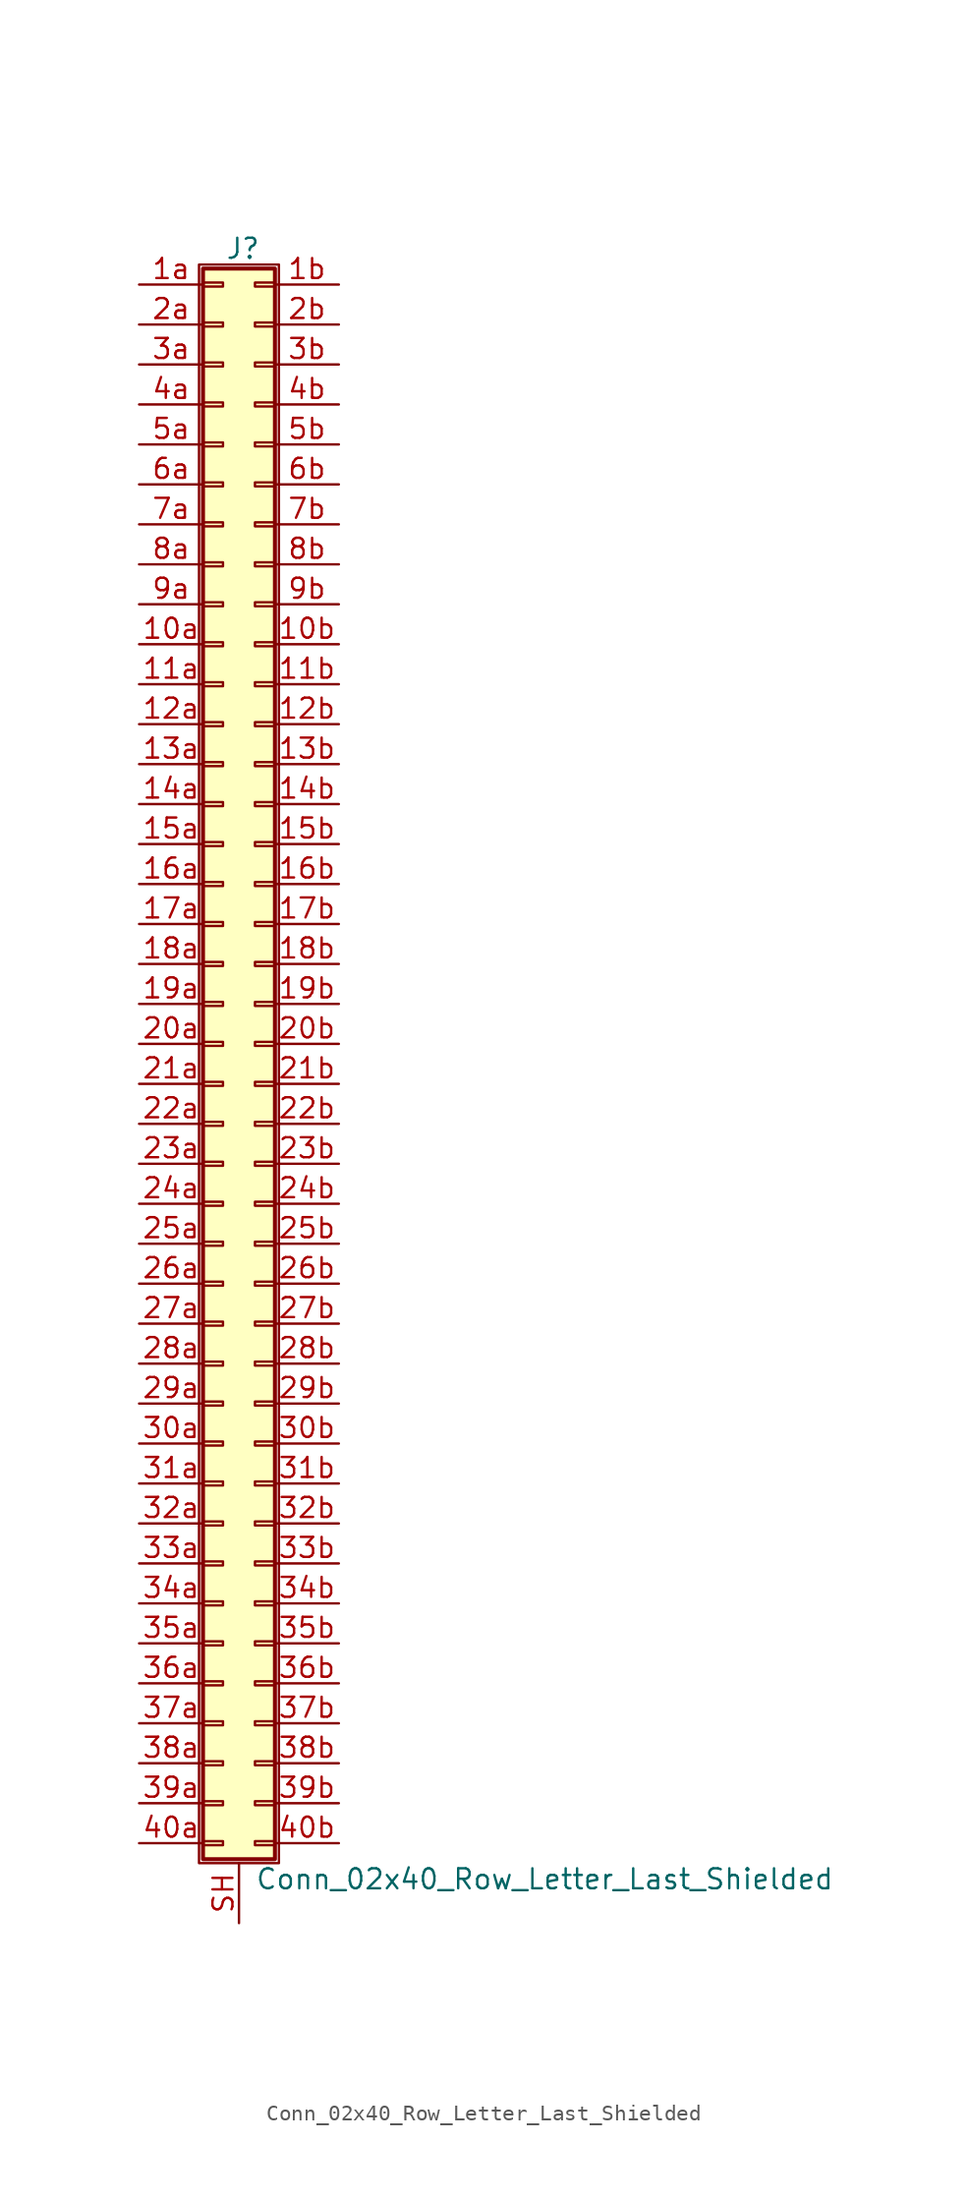
<source format=kicad_sym>
(kicad_symbol_lib
  (version 20201005)
  (generator kicad_symbol_editor)
  (symbol "Conn_02x40_Row_Letter_Last_Shielded"
    (pin_names
      (offset 1.016) hide)
    (property "Reference" "J"
      (at 1.524 50.546 0)
      (effects (font (size 1.27 1.27))))
    (property "Value" "Conn_02x40_Row_Letter_Last_Shielded"
      (at 2.286 -53.086 0)
      (effects (font (size 1.27 1.27)) (justify left)))
    (symbol "Conn_02x40_Row_Letter_Last_Shielded_1_1"
      (rectangle (start -1.27 49.53) (end 3.81 -52.07) (stroke (width 0.152)) (fill (type none)))
      (rectangle (start -1.016 -50.673) (end 0.254 -50.927) (stroke (width 0.152)) (fill (type none)))
      (rectangle (start -1.016 -48.133) (end 0.254 -48.387) (stroke (width 0.152)) (fill (type none)))
      (rectangle (start -1.016 -45.593) (end 0.254 -45.847) (stroke (width 0.152)) (fill (type none)))
      (rectangle (start -1.016 -43.053) (end 0.254 -43.307) (stroke (width 0.152)) (fill (type none)))
      (rectangle (start -1.016 -40.513) (end 0.254 -40.767) (stroke (width 0.152)) (fill (type none)))
      (rectangle (start -1.016 -37.973) (end 0.254 -38.227) (stroke (width 0.152)) (fill (type none)))
      (rectangle (start -1.016 -35.433) (end 0.254 -35.687) (stroke (width 0.152)) (fill (type none)))
      (rectangle (start -1.016 -32.893) (end 0.254 -33.147) (stroke (width 0.152)) (fill (type none)))
      (rectangle (start -1.016 -30.353) (end 0.254 -30.607) (stroke (width 0.152)) (fill (type none)))
      (rectangle (start -1.016 -27.813) (end 0.254 -28.067) (stroke (width 0.152)) (fill (type none)))
      (rectangle (start -1.016 -25.273) (end 0.254 -25.527) (stroke (width 0.152)) (fill (type none)))
      (rectangle (start -1.016 -22.733) (end 0.254 -22.987) (stroke (width 0.152)) (fill (type none)))
      (rectangle (start -1.016 -20.193) (end 0.254 -20.447) (stroke (width 0.152)) (fill (type none)))
      (rectangle (start -1.016 -17.653) (end 0.254 -17.907) (stroke (width 0.152)) (fill (type none)))
      (rectangle (start -1.016 -15.113) (end 0.254 -15.367) (stroke (width 0.152)) (fill (type none)))
      (rectangle (start -1.016 -12.573) (end 0.254 -12.827) (stroke (width 0.152)) (fill (type none)))
      (rectangle (start -1.016 -10.033) (end 0.254 -10.287) (stroke (width 0.152)) (fill (type none)))
      (rectangle (start -1.016 -7.493) (end 0.254 -7.747) (stroke (width 0.152)) (fill (type none)))
      (rectangle (start -1.016 -4.953) (end 0.254 -5.207) (stroke (width 0.152)) (fill (type none)))
      (rectangle (start -1.016 -2.413) (end 0.254 -2.667) (stroke (width 0.152)) (fill (type none)))
      (rectangle (start -1.016 0.127) (end 0.254 -0.127) (stroke (width 0.152)) (fill (type none)))
      (rectangle (start -1.016 2.667) (end 0.254 2.413) (stroke (width 0.152)) (fill (type none)))
      (rectangle (start -1.016 5.207) (end 0.254 4.953) (stroke (width 0.152)) (fill (type none)))
      (rectangle (start -1.016 7.747) (end 0.254 7.493) (stroke (width 0.152)) (fill (type none)))
      (rectangle (start -1.016 10.287) (end 0.254 10.033) (stroke (width 0.152)) (fill (type none)))
      (rectangle (start -1.016 12.827) (end 0.254 12.573) (stroke (width 0.152)) (fill (type none)))
      (rectangle (start -1.016 15.367) (end 0.254 15.113) (stroke (width 0.152)) (fill (type none)))
      (rectangle (start -1.016 17.907) (end 0.254 17.653) (stroke (width 0.152)) (fill (type none)))
      (rectangle (start -1.016 20.447) (end 0.254 20.193) (stroke (width 0.152)) (fill (type none)))
      (rectangle (start -1.016 22.987) (end 0.254 22.733) (stroke (width 0.152)) (fill (type none)))
      (rectangle (start -1.016 25.527) (end 0.254 25.273) (stroke (width 0.152)) (fill (type none)))
      (rectangle (start -1.016 28.067) (end 0.254 27.813) (stroke (width 0.152)) (fill (type none)))
      (rectangle (start -1.016 30.607) (end 0.254 30.353) (stroke (width 0.152)) (fill (type none)))
      (rectangle (start -1.016 33.147) (end 0.254 32.893) (stroke (width 0.152)) (fill (type none)))
      (rectangle (start -1.016 35.687) (end 0.254 35.433) (stroke (width 0.152)) (fill (type none)))
      (rectangle (start -1.016 38.227) (end 0.254 37.973) (stroke (width 0.152)) (fill (type none)))
      (rectangle (start -1.016 40.767) (end 0.254 40.513) (stroke (width 0.152)) (fill (type none)))
      (rectangle (start -1.016 43.307) (end 0.254 43.053) (stroke (width 0.152)) (fill (type none)))
      (rectangle (start -1.016 45.847) (end 0.254 45.593) (stroke (width 0.152)) (fill (type none)))
      (rectangle (start -1.016 48.387) (end 0.254 48.133) (stroke (width 0.152)) (fill (type none)))
      (rectangle (start -1.016 49.276) (end 3.556 -51.816) (stroke (width 0.254)) (fill (type background)))
      (rectangle (start 3.556 -50.673) (end 2.286 -50.927) (stroke (width 0.152)) (fill (type none)))
      (rectangle (start 3.556 -48.133) (end 2.286 -48.387) (stroke (width 0.152)) (fill (type none)))
      (rectangle (start 3.556 -45.593) (end 2.286 -45.847) (stroke (width 0.152)) (fill (type none)))
      (rectangle (start 3.556 -43.053) (end 2.286 -43.307) (stroke (width 0.152)) (fill (type none)))
      (rectangle (start 3.556 -40.513) (end 2.286 -40.767) (stroke (width 0.152)) (fill (type none)))
      (rectangle (start 3.556 -37.973) (end 2.286 -38.227) (stroke (width 0.152)) (fill (type none)))
      (rectangle (start 3.556 -35.433) (end 2.286 -35.687) (stroke (width 0.152)) (fill (type none)))
      (rectangle (start 3.556 -32.893) (end 2.286 -33.147) (stroke (width 0.152)) (fill (type none)))
      (rectangle (start 3.556 -30.353) (end 2.286 -30.607) (stroke (width 0.152)) (fill (type none)))
      (rectangle (start 3.556 -27.813) (end 2.286 -28.067) (stroke (width 0.152)) (fill (type none)))
      (rectangle (start 3.556 -25.273) (end 2.286 -25.527) (stroke (width 0.152)) (fill (type none)))
      (rectangle (start 3.556 -22.733) (end 2.286 -22.987) (stroke (width 0.152)) (fill (type none)))
      (rectangle (start 3.556 -20.193) (end 2.286 -20.447) (stroke (width 0.152)) (fill (type none)))
      (rectangle (start 3.556 -17.653) (end 2.286 -17.907) (stroke (width 0.152)) (fill (type none)))
      (rectangle (start 3.556 -15.113) (end 2.286 -15.367) (stroke (width 0.152)) (fill (type none)))
      (rectangle (start 3.556 -12.573) (end 2.286 -12.827) (stroke (width 0.152)) (fill (type none)))
      (rectangle (start 3.556 -10.033) (end 2.286 -10.287) (stroke (width 0.152)) (fill (type none)))
      (rectangle (start 3.556 -7.493) (end 2.286 -7.747) (stroke (width 0.152)) (fill (type none)))
      (rectangle (start 3.556 -4.953) (end 2.286 -5.207) (stroke (width 0.152)) (fill (type none)))
      (rectangle (start 3.556 -2.413) (end 2.286 -2.667) (stroke (width 0.152)) (fill (type none)))
      (rectangle (start 3.556 0.127) (end 2.286 -0.127) (stroke (width 0.152)) (fill (type none)))
      (rectangle (start 3.556 2.667) (end 2.286 2.413) (stroke (width 0.152)) (fill (type none)))
      (rectangle (start 3.556 5.207) (end 2.286 4.953) (stroke (width 0.152)) (fill (type none)))
      (rectangle (start 3.556 7.747) (end 2.286 7.493) (stroke (width 0.152)) (fill (type none)))
      (rectangle (start 3.556 10.287) (end 2.286 10.033) (stroke (width 0.152)) (fill (type none)))
      (rectangle (start 3.556 12.827) (end 2.286 12.573) (stroke (width 0.152)) (fill (type none)))
      (rectangle (start 3.556 15.367) (end 2.286 15.113) (stroke (width 0.152)) (fill (type none)))
      (rectangle (start 3.556 17.907) (end 2.286 17.653) (stroke (width 0.152)) (fill (type none)))
      (rectangle (start 3.556 20.447) (end 2.286 20.193) (stroke (width 0.152)) (fill (type none)))
      (rectangle (start 3.556 22.987) (end 2.286 22.733) (stroke (width 0.152)) (fill (type none)))
      (rectangle (start 3.556 25.527) (end 2.286 25.273) (stroke (width 0.152)) (fill (type none)))
      (rectangle (start 3.556 28.067) (end 2.286 27.813) (stroke (width 0.152)) (fill (type none)))
      (rectangle (start 3.556 30.607) (end 2.286 30.353) (stroke (width 0.152)) (fill (type none)))
      (rectangle (start 3.556 33.147) (end 2.286 32.893) (stroke (width 0.152)) (fill (type none)))
      (rectangle (start 3.556 35.687) (end 2.286 35.433) (stroke (width 0.152)) (fill (type none)))
      (rectangle (start 3.556 38.227) (end 2.286 37.973) (stroke (width 0.152)) (fill (type none)))
      (rectangle (start 3.556 40.767) (end 2.286 40.513) (stroke (width 0.152)) (fill (type none)))
      (rectangle (start 3.556 43.307) (end 2.286 43.053) (stroke (width 0.152)) (fill (type none)))
      (rectangle (start 3.556 45.847) (end 2.286 45.593) (stroke (width 0.152)) (fill (type none)))
      (rectangle (start 3.556 48.387) (end 2.286 48.133) (stroke (width 0.152)) (fill (type none)))
      (pin passive line (at -5.08 25.4 0) (length 4.064) (name "Pin_10a" (effects (font (size 1.27 1.27)))) (number "10a" (effects (font (size 1.27 1.27)))))
      (pin passive line (at 7.62 25.4 180) (length 4.064) (name "Pin_10b" (effects (font (size 1.27 1.27)))) (number "10b" (effects (font (size 1.27 1.27)))))
      (pin passive line (at -5.08 22.86 0) (length 4.064) (name "Pin_11a" (effects (font (size 1.27 1.27)))) (number "11a" (effects (font (size 1.27 1.27)))))
      (pin passive line (at 7.62 22.86 180) (length 4.064) (name "Pin_11b" (effects (font (size 1.27 1.27)))) (number "11b" (effects (font (size 1.27 1.27)))))
      (pin passive line (at -5.08 20.32 0) (length 4.064) (name "Pin_12a" (effects (font (size 1.27 1.27)))) (number "12a" (effects (font (size 1.27 1.27)))))
      (pin passive line (at 7.62 20.32 180) (length 4.064) (name "Pin_12b" (effects (font (size 1.27 1.27)))) (number "12b" (effects (font (size 1.27 1.27)))))
      (pin passive line (at -5.08 17.78 0) (length 4.064) (name "Pin_13a" (effects (font (size 1.27 1.27)))) (number "13a" (effects (font (size 1.27 1.27)))))
      (pin passive line (at 7.62 17.78 180) (length 4.064) (name "Pin_13b" (effects (font (size 1.27 1.27)))) (number "13b" (effects (font (size 1.27 1.27)))))
      (pin passive line (at -5.08 15.24 0) (length 4.064) (name "Pin_14a" (effects (font (size 1.27 1.27)))) (number "14a" (effects (font (size 1.27 1.27)))))
      (pin passive line (at 7.62 15.24 180) (length 4.064) (name "Pin_14b" (effects (font (size 1.27 1.27)))) (number "14b" (effects (font (size 1.27 1.27)))))
      (pin passive line (at -5.08 12.7 0) (length 4.064) (name "Pin_15a" (effects (font (size 1.27 1.27)))) (number "15a" (effects (font (size 1.27 1.27)))))
      (pin passive line (at 7.62 12.7 180) (length 4.064) (name "Pin_15b" (effects (font (size 1.27 1.27)))) (number "15b" (effects (font (size 1.27 1.27)))))
      (pin passive line (at -5.08 10.16 0) (length 4.064) (name "Pin_16a" (effects (font (size 1.27 1.27)))) (number "16a" (effects (font (size 1.27 1.27)))))
      (pin passive line (at 7.62 10.16 180) (length 4.064) (name "Pin_16b" (effects (font (size 1.27 1.27)))) (number "16b" (effects (font (size 1.27 1.27)))))
      (pin passive line (at -5.08 7.62 0) (length 4.064) (name "Pin_17a" (effects (font (size 1.27 1.27)))) (number "17a" (effects (font (size 1.27 1.27)))))
      (pin passive line (at 7.62 7.62 180) (length 4.064) (name "Pin_17b" (effects (font (size 1.27 1.27)))) (number "17b" (effects (font (size 1.27 1.27)))))
      (pin passive line (at -5.08 5.08 0) (length 4.064) (name "Pin_18a" (effects (font (size 1.27 1.27)))) (number "18a" (effects (font (size 1.27 1.27)))))
      (pin passive line (at 7.62 5.08 180) (length 4.064) (name "Pin_18b" (effects (font (size 1.27 1.27)))) (number "18b" (effects (font (size 1.27 1.27)))))
      (pin passive line (at -5.08 2.54 0) (length 4.064) (name "Pin_19a" (effects (font (size 1.27 1.27)))) (number "19a" (effects (font (size 1.27 1.27)))))
      (pin passive line (at 7.62 2.54 180) (length 4.064) (name "Pin_19b" (effects (font (size 1.27 1.27)))) (number "19b" (effects (font (size 1.27 1.27)))))
      (pin passive line (at -5.08 48.26 0) (length 4.064) (name "Pin_1a" (effects (font (size 1.27 1.27)))) (number "1a" (effects (font (size 1.27 1.27)))))
      (pin passive line (at 7.62 48.26 180) (length 4.064) (name "Pin_1b" (effects (font (size 1.27 1.27)))) (number "1b" (effects (font (size 1.27 1.27)))))
      (pin passive line (at -5.08 0 0) (length 4.064) (name "Pin_20a" (effects (font (size 1.27 1.27)))) (number "20a" (effects (font (size 1.27 1.27)))))
      (pin passive line (at 7.62 0 180) (length 4.064) (name "Pin_20b" (effects (font (size 1.27 1.27)))) (number "20b" (effects (font (size 1.27 1.27)))))
      (pin passive line (at -5.08 -2.54 0) (length 4.064) (name "Pin_21a" (effects (font (size 1.27 1.27)))) (number "21a" (effects (font (size 1.27 1.27)))))
      (pin passive line (at 7.62 -2.54 180) (length 4.064) (name "Pin_21b" (effects (font (size 1.27 1.27)))) (number "21b" (effects (font (size 1.27 1.27)))))
      (pin passive line (at -5.08 -5.08 0) (length 4.064) (name "Pin_22a" (effects (font (size 1.27 1.27)))) (number "22a" (effects (font (size 1.27 1.27)))))
      (pin passive line (at 7.62 -5.08 180) (length 4.064) (name "Pin_22b" (effects (font (size 1.27 1.27)))) (number "22b" (effects (font (size 1.27 1.27)))))
      (pin passive line (at -5.08 -7.62 0) (length 4.064) (name "Pin_23a" (effects (font (size 1.27 1.27)))) (number "23a" (effects (font (size 1.27 1.27)))))
      (pin passive line (at 7.62 -7.62 180) (length 4.064) (name "Pin_23b" (effects (font (size 1.27 1.27)))) (number "23b" (effects (font (size 1.27 1.27)))))
      (pin passive line (at -5.08 -10.16 0) (length 4.064) (name "Pin_24a" (effects (font (size 1.27 1.27)))) (number "24a" (effects (font (size 1.27 1.27)))))
      (pin passive line (at 7.62 -10.16 180) (length 4.064) (name "Pin_24b" (effects (font (size 1.27 1.27)))) (number "24b" (effects (font (size 1.27 1.27)))))
      (pin passive line (at -5.08 -12.7 0) (length 4.064) (name "Pin_25a" (effects (font (size 1.27 1.27)))) (number "25a" (effects (font (size 1.27 1.27)))))
      (pin passive line (at 7.62 -12.7 180) (length 4.064) (name "Pin_25b" (effects (font (size 1.27 1.27)))) (number "25b" (effects (font (size 1.27 1.27)))))
      (pin passive line (at -5.08 -15.24 0) (length 4.064) (name "Pin_26a" (effects (font (size 1.27 1.27)))) (number "26a" (effects (font (size 1.27 1.27)))))
      (pin passive line (at 7.62 -15.24 180) (length 4.064) (name "Pin_26b" (effects (font (size 1.27 1.27)))) (number "26b" (effects (font (size 1.27 1.27)))))
      (pin passive line (at -5.08 -17.78 0) (length 4.064) (name "Pin_27a" (effects (font (size 1.27 1.27)))) (number "27a" (effects (font (size 1.27 1.27)))))
      (pin passive line (at 7.62 -17.78 180) (length 4.064) (name "Pin_27b" (effects (font (size 1.27 1.27)))) (number "27b" (effects (font (size 1.27 1.27)))))
      (pin passive line (at -5.08 -20.32 0) (length 4.064) (name "Pin_28a" (effects (font (size 1.27 1.27)))) (number "28a" (effects (font (size 1.27 1.27)))))
      (pin passive line (at 7.62 -20.32 180) (length 4.064) (name "Pin_28b" (effects (font (size 1.27 1.27)))) (number "28b" (effects (font (size 1.27 1.27)))))
      (pin passive line (at -5.08 -22.86 0) (length 4.064) (name "Pin_29a" (effects (font (size 1.27 1.27)))) (number "29a" (effects (font (size 1.27 1.27)))))
      (pin passive line (at 7.62 -22.86 180) (length 4.064) (name "Pin_29b" (effects (font (size 1.27 1.27)))) (number "29b" (effects (font (size 1.27 1.27)))))
      (pin passive line (at -5.08 45.72 0) (length 4.064) (name "Pin_2a" (effects (font (size 1.27 1.27)))) (number "2a" (effects (font (size 1.27 1.27)))))
      (pin passive line (at 7.62 45.72 180) (length 4.064) (name "Pin_2b" (effects (font (size 1.27 1.27)))) (number "2b" (effects (font (size 1.27 1.27)))))
      (pin passive line (at -5.08 -25.4 0) (length 4.064) (name "Pin_30a" (effects (font (size 1.27 1.27)))) (number "30a" (effects (font (size 1.27 1.27)))))
      (pin passive line (at 7.62 -25.4 180) (length 4.064) (name "Pin_30b" (effects (font (size 1.27 1.27)))) (number "30b" (effects (font (size 1.27 1.27)))))
      (pin passive line (at -5.08 -27.94 0) (length 4.064) (name "Pin_31a" (effects (font (size 1.27 1.27)))) (number "31a" (effects (font (size 1.27 1.27)))))
      (pin passive line (at 7.62 -27.94 180) (length 4.064) (name "Pin_31b" (effects (font (size 1.27 1.27)))) (number "31b" (effects (font (size 1.27 1.27)))))
      (pin passive line (at -5.08 -30.48 0) (length 4.064) (name "Pin_32a" (effects (font (size 1.27 1.27)))) (number "32a" (effects (font (size 1.27 1.27)))))
      (pin passive line (at 7.62 -30.48 180) (length 4.064) (name "Pin_32b" (effects (font (size 1.27 1.27)))) (number "32b" (effects (font (size 1.27 1.27)))))
      (pin passive line (at -5.08 -33.02 0) (length 4.064) (name "Pin_33a" (effects (font (size 1.27 1.27)))) (number "33a" (effects (font (size 1.27 1.27)))))
      (pin passive line (at 7.62 -33.02 180) (length 4.064) (name "Pin_33b" (effects (font (size 1.27 1.27)))) (number "33b" (effects (font (size 1.27 1.27)))))
      (pin passive line (at -5.08 -35.56 0) (length 4.064) (name "Pin_34a" (effects (font (size 1.27 1.27)))) (number "34a" (effects (font (size 1.27 1.27)))))
      (pin passive line (at 7.62 -35.56 180) (length 4.064) (name "Pin_34b" (effects (font (size 1.27 1.27)))) (number "34b" (effects (font (size 1.27 1.27)))))
      (pin passive line (at -5.08 -38.1 0) (length 4.064) (name "Pin_35a" (effects (font (size 1.27 1.27)))) (number "35a" (effects (font (size 1.27 1.27)))))
      (pin passive line (at 7.62 -38.1 180) (length 4.064) (name "Pin_35b" (effects (font (size 1.27 1.27)))) (number "35b" (effects (font (size 1.27 1.27)))))
      (pin passive line (at -5.08 -40.64 0) (length 4.064) (name "Pin_36a" (effects (font (size 1.27 1.27)))) (number "36a" (effects (font (size 1.27 1.27)))))
      (pin passive line (at 7.62 -40.64 180) (length 4.064) (name "Pin_36b" (effects (font (size 1.27 1.27)))) (number "36b" (effects (font (size 1.27 1.27)))))
      (pin passive line (at -5.08 -43.18 0) (length 4.064) (name "Pin_37a" (effects (font (size 1.27 1.27)))) (number "37a" (effects (font (size 1.27 1.27)))))
      (pin passive line (at 7.62 -43.18 180) (length 4.064) (name "Pin_37b" (effects (font (size 1.27 1.27)))) (number "37b" (effects (font (size 1.27 1.27)))))
      (pin passive line (at -5.08 -45.72 0) (length 4.064) (name "Pin_38a" (effects (font (size 1.27 1.27)))) (number "38a" (effects (font (size 1.27 1.27)))))
      (pin passive line (at 7.62 -45.72 180) (length 4.064) (name "Pin_38b" (effects (font (size 1.27 1.27)))) (number "38b" (effects (font (size 1.27 1.27)))))
      (pin passive line (at -5.08 -48.26 0) (length 4.064) (name "Pin_39a" (effects (font (size 1.27 1.27)))) (number "39a" (effects (font (size 1.27 1.27)))))
      (pin passive line (at 7.62 -48.26 180) (length 4.064) (name "Pin_39b" (effects (font (size 1.27 1.27)))) (number "39b" (effects (font (size 1.27 1.27)))))
      (pin passive line (at -5.08 43.18 0) (length 4.064) (name "Pin_3a" (effects (font (size 1.27 1.27)))) (number "3a" (effects (font (size 1.27 1.27)))))
      (pin passive line (at 7.62 43.18 180) (length 4.064) (name "Pin_3b" (effects (font (size 1.27 1.27)))) (number "3b" (effects (font (size 1.27 1.27)))))
      (pin passive line (at -5.08 -50.8 0) (length 4.064) (name "Pin_40a" (effects (font (size 1.27 1.27)))) (number "40a" (effects (font (size 1.27 1.27)))))
      (pin passive line (at 7.62 -50.8 180) (length 4.064) (name "Pin_40b" (effects (font (size 1.27 1.27)))) (number "40b" (effects (font (size 1.27 1.27)))))
      (pin passive line (at -5.08 40.64 0) (length 4.064) (name "Pin_4a" (effects (font (size 1.27 1.27)))) (number "4a" (effects (font (size 1.27 1.27)))))
      (pin passive line (at 7.62 40.64 180) (length 4.064) (name "Pin_4b" (effects (font (size 1.27 1.27)))) (number "4b" (effects (font (size 1.27 1.27)))))
      (pin passive line (at -5.08 38.1 0) (length 4.064) (name "Pin_5a" (effects (font (size 1.27 1.27)))) (number "5a" (effects (font (size 1.27 1.27)))))
      (pin passive line (at 7.62 38.1 180) (length 4.064) (name "Pin_5b" (effects (font (size 1.27 1.27)))) (number "5b" (effects (font (size 1.27 1.27)))))
      (pin passive line (at -5.08 35.56 0) (length 4.064) (name "Pin_6a" (effects (font (size 1.27 1.27)))) (number "6a" (effects (font (size 1.27 1.27)))))
      (pin passive line (at 7.62 35.56 180) (length 4.064) (name "Pin_6b" (effects (font (size 1.27 1.27)))) (number "6b" (effects (font (size 1.27 1.27)))))
      (pin passive line (at -5.08 33.02 0) (length 4.064) (name "Pin_7a" (effects (font (size 1.27 1.27)))) (number "7a" (effects (font (size 1.27 1.27)))))
      (pin passive line (at 7.62 33.02 180) (length 4.064) (name "Pin_7b" (effects (font (size 1.27 1.27)))) (number "7b" (effects (font (size 1.27 1.27)))))
      (pin passive line (at -5.08 30.48 0) (length 4.064) (name "Pin_8a" (effects (font (size 1.27 1.27)))) (number "8a" (effects (font (size 1.27 1.27)))))
      (pin passive line (at 7.62 30.48 180) (length 4.064) (name "Pin_8b" (effects (font (size 1.27 1.27)))) (number "8b" (effects (font (size 1.27 1.27)))))
      (pin passive line (at -5.08 27.94 0) (length 4.064) (name "Pin_9a" (effects (font (size 1.27 1.27)))) (number "9a" (effects (font (size 1.27 1.27)))))
      (pin passive line (at 7.62 27.94 180) (length 4.064) (name "Pin_9b" (effects (font (size 1.27 1.27)))) (number "9b" (effects (font (size 1.27 1.27)))))
      (pin passive line (at 1.27 -55.88 90) (length 3.81) (name "Shield" (effects (font (size 1.27 1.27)))) (number "SH" (effects (font (size 1.27 1.27))))))))
</source>
